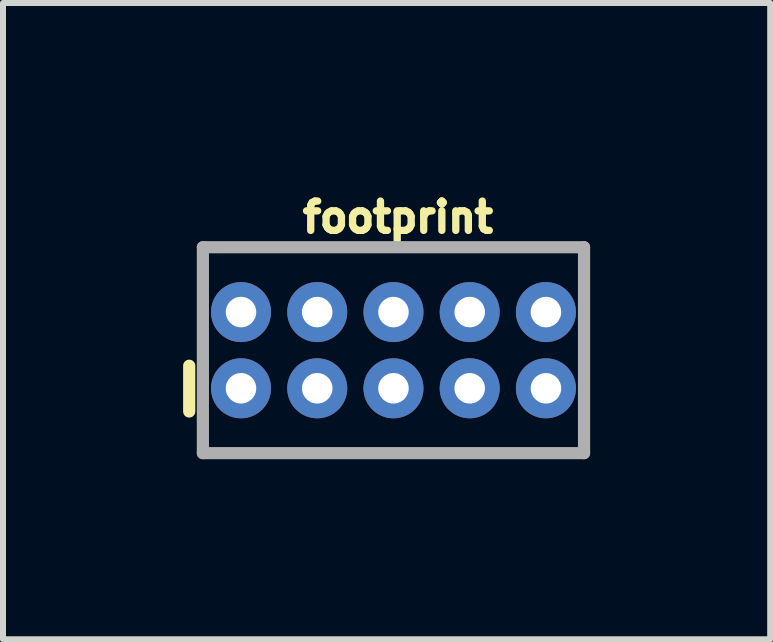
<source format=kicad_pcb>
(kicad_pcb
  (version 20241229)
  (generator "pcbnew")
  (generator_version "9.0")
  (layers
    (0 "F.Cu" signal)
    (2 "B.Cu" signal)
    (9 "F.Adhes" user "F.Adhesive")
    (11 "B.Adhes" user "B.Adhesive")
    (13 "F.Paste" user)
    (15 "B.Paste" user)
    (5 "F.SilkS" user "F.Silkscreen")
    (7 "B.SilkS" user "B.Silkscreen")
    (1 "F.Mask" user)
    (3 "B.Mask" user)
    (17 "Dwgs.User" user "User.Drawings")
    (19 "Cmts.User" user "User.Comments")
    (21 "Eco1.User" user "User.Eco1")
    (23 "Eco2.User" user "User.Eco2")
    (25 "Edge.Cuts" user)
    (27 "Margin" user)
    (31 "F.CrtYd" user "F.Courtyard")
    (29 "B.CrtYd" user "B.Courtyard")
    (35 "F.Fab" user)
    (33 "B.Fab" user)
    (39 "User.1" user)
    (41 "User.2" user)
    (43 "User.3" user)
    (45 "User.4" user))
  (footprint "footprint"
    (layer "F.Cu")
    (at 3.505 2.784)
    (property "Reference" "footprint" (at -1.575 -1.93 0) (layer "F.SilkS") (effects (font (size 0.488 0.488) (thickness 0.122)) (justify left bottom)))
    (fp_line (start -3.403 1.021) (end -3.403 0.259) (stroke (width 0.203) (type solid)) (layer "F.SilkS"))
    (fp_line (start -3.175 -1.715) (end -3.175 1.715) (stroke (width 0.203) (type solid)) (layer "F.Fab"))
    (fp_line (start -3.175 1.715) (end 3.175 1.715) (stroke (width 0.203) (type solid)) (layer "F.Fab"))
    (fp_line (start 3.175 -1.715) (end -3.175 -1.715) (stroke (width 0.203) (type solid)) (layer "F.Fab"))
    (fp_line (start 3.175 1.715) (end 3.175 -1.715) (stroke (width 0.203) (type solid)) (layer "F.Fab"))
    (pad "1" thru_hole circle (at -2.54 0.635) (size 1 1) (drill 0.508) (layers "*.Cu" "*.Mask"))
    (pad "2" thru_hole circle (at -2.54 -0.635) (size 1 1) (drill 0.508) (layers "*.Cu" "*.Mask"))
    (pad "3" thru_hole circle (at -1.27 0.635) (size 1 1) (drill 0.508) (layers "*.Cu" "*.Mask"))
    (pad "4" thru_hole circle (at -1.27 -0.635) (size 1 1) (drill 0.508) (layers "*.Cu" "*.Mask"))
    (pad "5" thru_hole circle (at 0 0.635) (size 1 1) (drill 0.508) (layers "*.Cu" "*.Mask"))
    (pad "6" thru_hole circle (at 0 -0.635) (size 1 1) (drill 0.508) (layers "*.Cu" "*.Mask"))
    (pad "7" thru_hole circle (at 1.27 0.635) (size 1 1) (drill 0.508) (layers "*.Cu" "*.Mask"))
    (pad "8" thru_hole circle (at 1.27 -0.635) (size 1 1) (drill 0.508) (layers "*.Cu" "*.Mask"))
    (pad "9" thru_hole circle (at 2.54 0.635) (size 1 1) (drill 0.508) (layers "*.Cu" "*.Mask"))
    (pad "10" thru_hole circle (at 2.54 -0.635) (size 1 1) (drill 0.508) (layers "*.Cu" "*.Mask")))
  (gr_rect
    (start -3 -3)
    (end 9.781 7.6)
    (stroke (width 0.1) (type default))
    (fill no)
    (layer "Edge.Cuts")))
</source>
